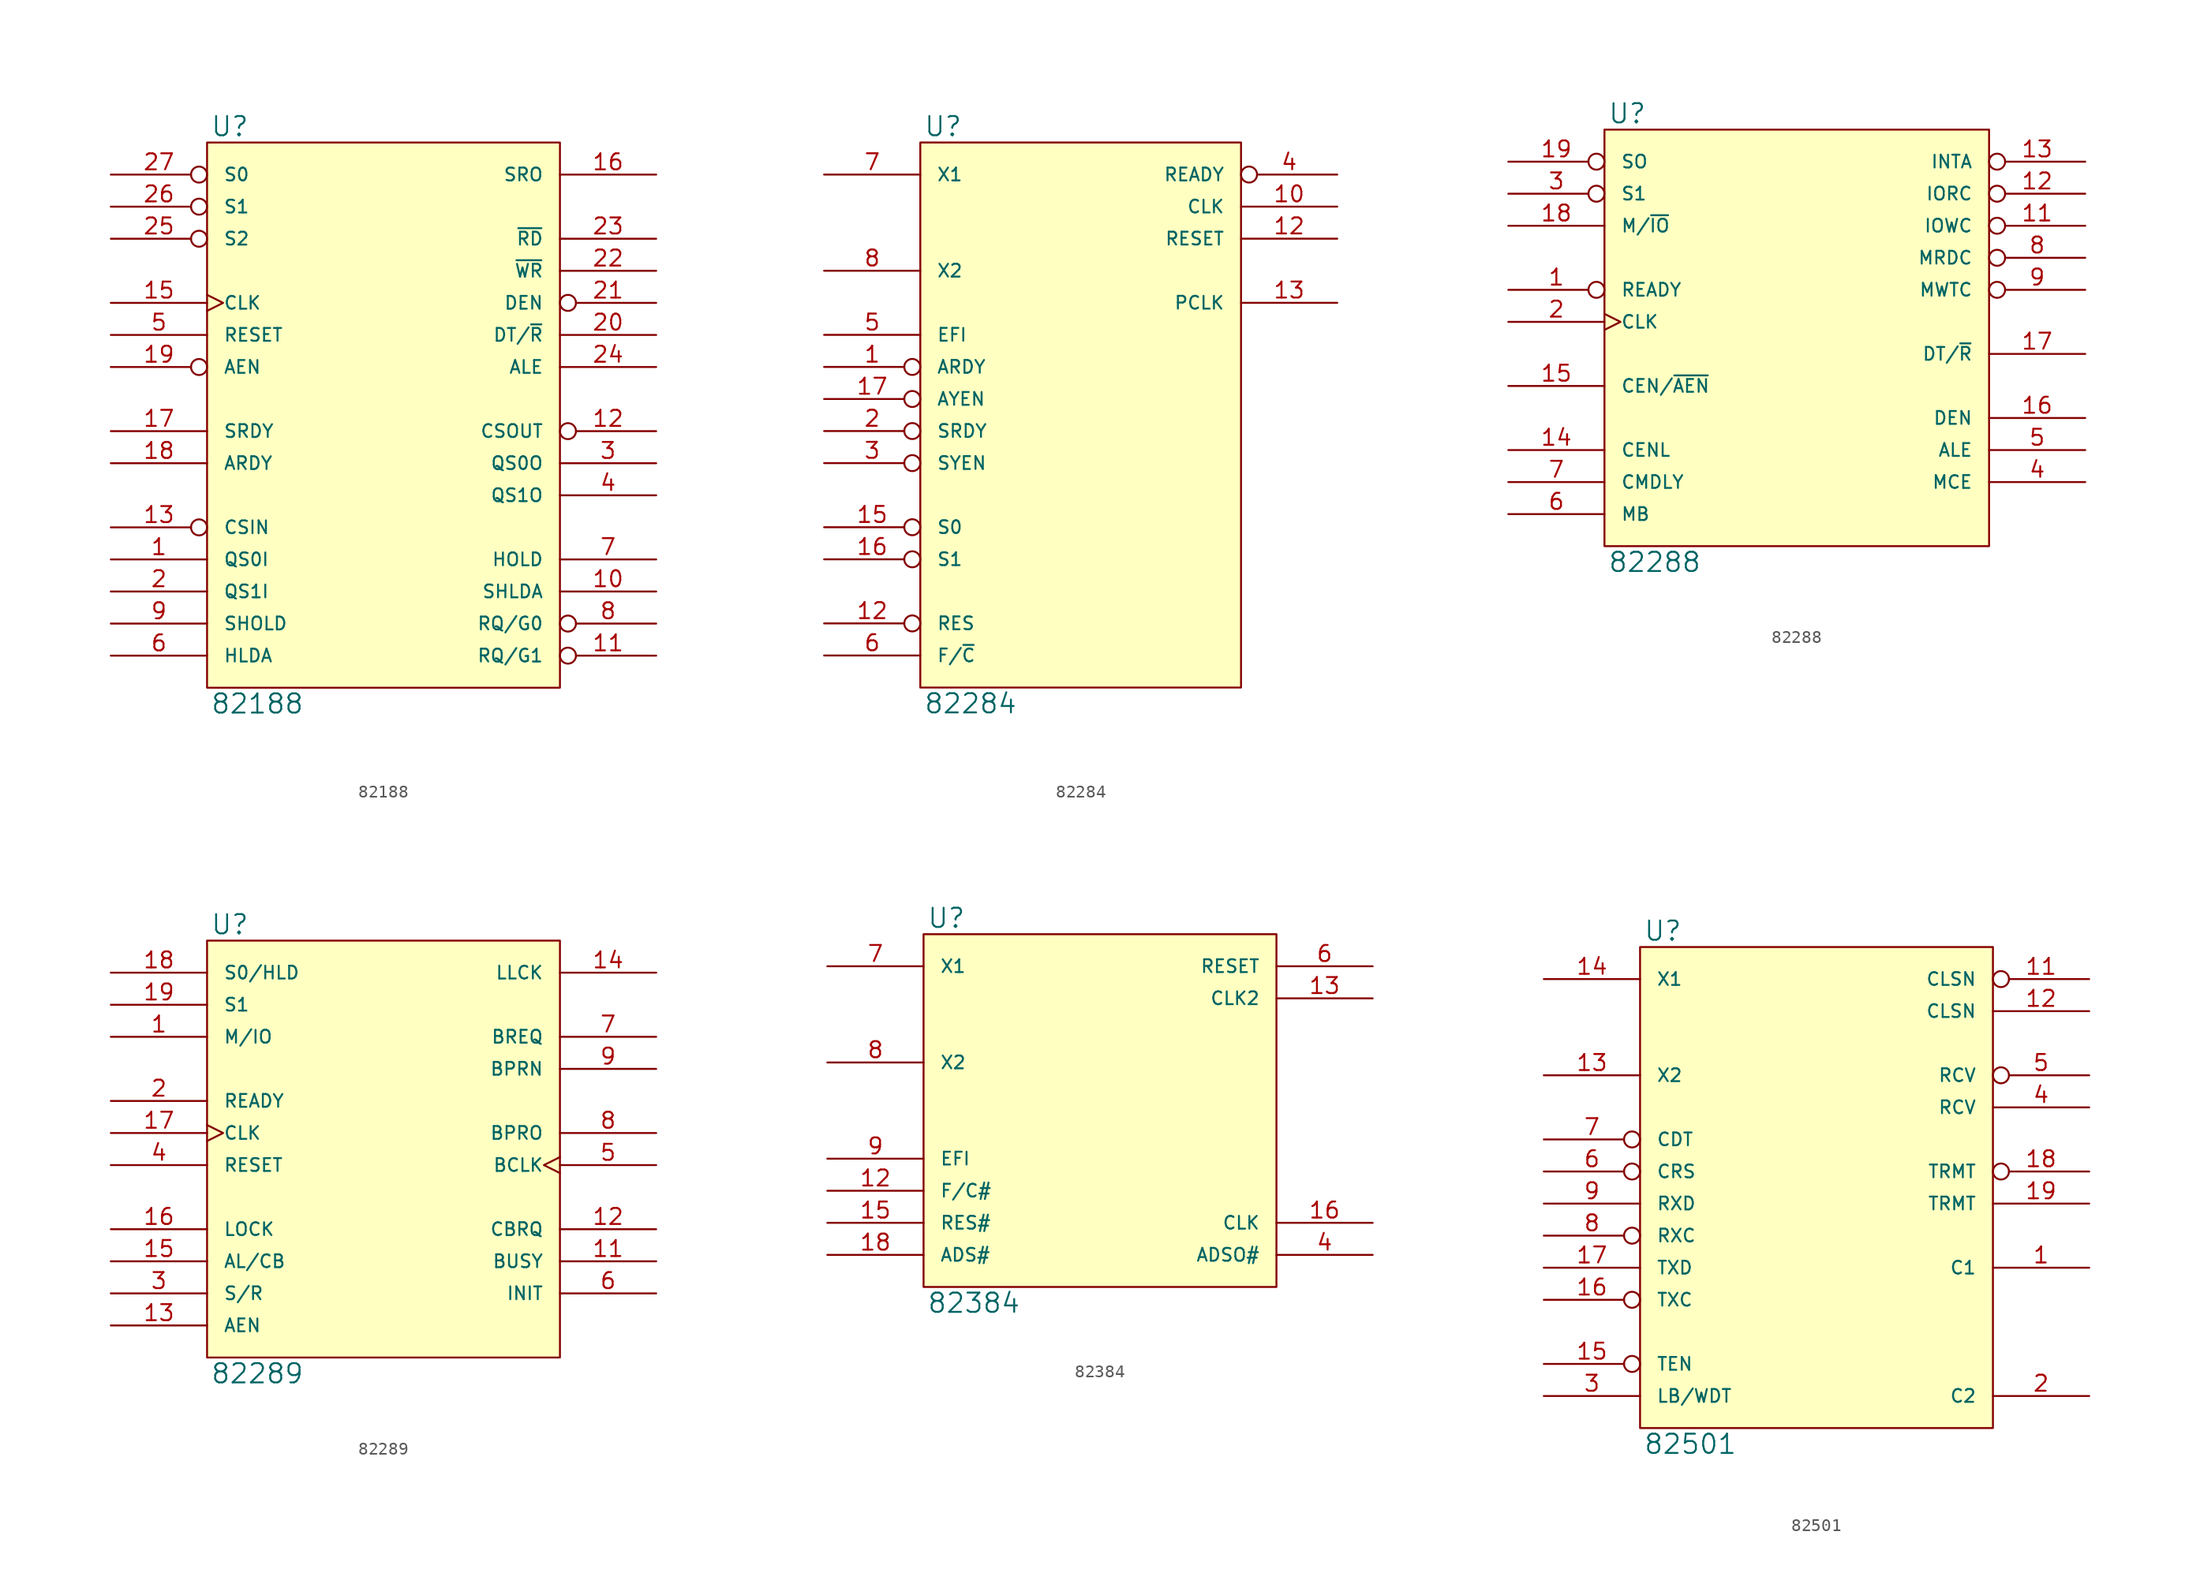
<source format=kicad_sym>
(kicad_symbol_lib
  (version 20231120)
  (generator "kicad_symbol_editor")
  (generator_version "8.0")
  (symbol "82188"
    (pin_names
      (offset 1.27))
    (property "Reference" "U"
      (at 0.254 0.381 0)
      (effects (font (size 1.524 1.524)) (justify left bottom)))
    (property "Value" "82188"
      (at 0.254 -43.561 0)
      (effects (font (size 1.524 1.524)) (justify left top)))
    (symbol "82188_0_1"
      (rectangle (start 0 0) (end 27.94 -43.18) (stroke (width 0) (type solid)) (fill (type background))))
    (symbol "82188_1_1"
      (pin input line (at -7.62 -33.02 0) (length 7.62) (name "QS0I" (effects (font (size 1.016 1.016)))) (number "1" (effects (font (size 1.27 1.27)))))
      (pin output line (at 35.56 -35.56 180) (length 7.62) (name "SHLDA" (effects (font (size 1.016 1.016)))) (number "10" (effects (font (size 1.27 1.27)))))
      (pin bidirectional inverted (at 35.56 -40.64 180) (length 7.62) (name "RQ/G1" (effects (font (size 1.016 1.016)))) (number "11" (effects (font (size 1.27 1.27)))))
      (pin output inverted (at 35.56 -22.86 180) (length 7.62) (name "CSOUT" (effects (font (size 1.016 1.016)))) (number "12" (effects (font (size 1.27 1.27)))))
      (pin input inverted (at -7.62 -30.48 0) (length 7.62) (name "CSIN" (effects (font (size 1.016 1.016)))) (number "13" (effects (font (size 1.27 1.27)))))
      (pin power_in line (at 0 -43.18 90) (length 0) hide (name "VSS" (effects (font (size 1.016 1.016)))) (number "14" (effects (font (size 1.27 1.27)))))
      (pin input clock (at -7.62 -12.7 0) (length 7.62) (name "CLK" (effects (font (size 1.016 1.016)))) (number "15" (effects (font (size 1.27 1.27)))))
      (pin output line (at 35.56 -2.54 180) (length 7.62) (name "SRO" (effects (font (size 1.016 1.016)))) (number "16" (effects (font (size 1.27 1.27)))))
      (pin input line (at -7.62 -22.86 0) (length 7.62) (name "SRDY" (effects (font (size 1.016 1.016)))) (number "17" (effects (font (size 1.27 1.27)))))
      (pin input line (at -7.62 -25.4 0) (length 7.62) (name "ARDY" (effects (font (size 1.016 1.016)))) (number "18" (effects (font (size 1.27 1.27)))))
      (pin input inverted (at -7.62 -17.78 0) (length 7.62) (name "AEN" (effects (font (size 1.016 1.016)))) (number "19" (effects (font (size 1.27 1.27)))))
      (pin input line (at -7.62 -35.56 0) (length 7.62) (name "QS1I" (effects (font (size 1.016 1.016)))) (number "2" (effects (font (size 1.27 1.27)))))
      (pin output line (at 35.56 -15.24 180) (length 7.62) (name "DT/~{R}" (effects (font (size 1.016 1.016)))) (number "20" (effects (font (size 1.27 1.27)))))
      (pin output inverted (at 35.56 -12.7 180) (length 7.62) (name "DEN" (effects (font (size 1.016 1.016)))) (number "21" (effects (font (size 1.27 1.27)))))
      (pin output line (at 35.56 -10.16 180) (length 7.62) (name "~{WR}" (effects (font (size 1.016 1.016)))) (number "22" (effects (font (size 1.27 1.27)))))
      (pin output line (at 35.56 -7.62 180) (length 7.62) (name "~{RD}" (effects (font (size 1.016 1.016)))) (number "23" (effects (font (size 1.27 1.27)))))
      (pin output line (at 35.56 -17.78 180) (length 7.62) (name "ALE" (effects (font (size 1.016 1.016)))) (number "24" (effects (font (size 1.27 1.27)))))
      (pin input inverted (at -7.62 -7.62 0) (length 7.62) (name "S2" (effects (font (size 1.016 1.016)))) (number "25" (effects (font (size 1.27 1.27)))))
      (pin input inverted (at -7.62 -5.08 0) (length 7.62) (name "S1" (effects (font (size 1.016 1.016)))) (number "26" (effects (font (size 1.27 1.27)))))
      (pin input inverted (at -7.62 -2.54 0) (length 7.62) (name "S0" (effects (font (size 1.016 1.016)))) (number "27" (effects (font (size 1.27 1.27)))))
      (pin power_in line (at 0 0 270) (length 0) hide (name "VCC" (effects (font (size 1.016 1.016)))) (number "28" (effects (font (size 1.27 1.27)))))
      (pin output line (at 35.56 -25.4 180) (length 7.62) (name "QS0O" (effects (font (size 1.016 1.016)))) (number "3" (effects (font (size 1.27 1.27)))))
      (pin output line (at 35.56 -27.94 180) (length 7.62) (name "QS1O" (effects (font (size 1.016 1.016)))) (number "4" (effects (font (size 1.27 1.27)))))
      (pin input line (at -7.62 -15.24 0) (length 7.62) (name "RESET" (effects (font (size 1.016 1.016)))) (number "5" (effects (font (size 1.27 1.27)))))
      (pin input line (at -7.62 -40.64 0) (length 7.62) (name "HLDA" (effects (font (size 1.016 1.016)))) (number "6" (effects (font (size 1.27 1.27)))))
      (pin output line (at 35.56 -33.02 180) (length 7.62) (name "HOLD" (effects (font (size 1.016 1.016)))) (number "7" (effects (font (size 1.27 1.27)))))
      (pin bidirectional inverted (at 35.56 -38.1 180) (length 7.62) (name "RQ/G0" (effects (font (size 1.016 1.016)))) (number "8" (effects (font (size 1.27 1.27)))))
      (pin input line (at -7.62 -38.1 0) (length 7.62) (name "SHOLD" (effects (font (size 1.016 1.016)))) (number "9" (effects (font (size 1.27 1.27)))))))
  (symbol "82284"
    (pin_names
      (offset 1.27))
    (property "Reference" "U"
      (at 0.254 0.381 0)
      (effects (font (size 1.524 1.524)) (justify left bottom)))
    (property "Value" "82284"
      (at 0.254 -43.561 0)
      (effects (font (size 1.524 1.524)) (justify left top)))
    (symbol "82284_0_1"
      (rectangle (start 0 0) (end 25.4 -43.18) (stroke (width 0) (type solid)) (fill (type background))))
    (symbol "82284_1_1"
      (pin input inverted (at -7.62 -17.78 0) (length 7.62) (name "ARDY" (effects (font (size 1.016 1.016)))) (number "1" (effects (font (size 1.27 1.27)))))
      (pin output line (at 33.02 -5.08 180) (length 7.62) (name "CLK" (effects (font (size 1.016 1.016)))) (number "10" (effects (font (size 1.27 1.27)))))
      (pin input inverted (at -7.62 -38.1 0) (length 7.62) (name "RES" (effects (font (size 1.016 1.016)))) (number "12" (effects (font (size 1.27 1.27)))))
      (pin output line (at 33.02 -7.62 180) (length 7.62) (name "RESET" (effects (font (size 1.016 1.016)))) (number "12" (effects (font (size 1.27 1.27)))))
      (pin output line (at 33.02 -12.7 180) (length 7.62) (name "PCLK" (effects (font (size 1.016 1.016)))) (number "13" (effects (font (size 1.27 1.27)))))
      (pin input inverted (at -7.62 -30.48 0) (length 7.62) (name "S0" (effects (font (size 1.016 1.016)))) (number "15" (effects (font (size 1.27 1.27)))))
      (pin input inverted (at -7.62 -33.02 0) (length 7.62) (name "S1" (effects (font (size 1.016 1.016)))) (number "16" (effects (font (size 1.27 1.27)))))
      (pin input inverted (at -7.62 -20.32 0) (length 7.62) (name "AYEN" (effects (font (size 1.016 1.016)))) (number "17" (effects (font (size 1.27 1.27)))))
      (pin power_in line (at 0 0 270) (length 0) hide (name "VCC" (effects (font (size 1.016 1.016)))) (number "18" (effects (font (size 1.27 1.27)))))
      (pin input inverted (at -7.62 -22.86 0) (length 7.62) (name "SRDY" (effects (font (size 1.016 1.016)))) (number "2" (effects (font (size 1.27 1.27)))))
      (pin input inverted (at -7.62 -25.4 0) (length 7.62) (name "SYEN" (effects (font (size 1.016 1.016)))) (number "3" (effects (font (size 1.27 1.27)))))
      (pin output inverted (at 33.02 -2.54 180) (length 7.62) (name "READY" (effects (font (size 1.016 1.016)))) (number "4" (effects (font (size 1.27 1.27)))))
      (pin input line (at -7.62 -15.24 0) (length 7.62) (name "EFI" (effects (font (size 1.016 1.016)))) (number "5" (effects (font (size 1.27 1.27)))))
      (pin input line (at -7.62 -40.64 0) (length 7.62) (name "F/~{C}" (effects (font (size 1.016 1.016)))) (number "6" (effects (font (size 1.27 1.27)))))
      (pin input line (at -7.62 -2.54 0) (length 7.62) (name "X1" (effects (font (size 1.016 1.016)))) (number "7" (effects (font (size 1.27 1.27)))))
      (pin input line (at -7.62 -10.16 0) (length 7.62) (name "X2" (effects (font (size 1.016 1.016)))) (number "8" (effects (font (size 1.27 1.27)))))
      (pin power_in line (at 0 -43.18 90) (length 0) hide (name "GND" (effects (font (size 1.016 1.016)))) (number "9" (effects (font (size 1.27 1.27)))))))
  (symbol "82288"
    (pin_names
      (offset 1.27))
    (property "Reference" "U"
      (at 0.254 0.381 0)
      (effects (font (size 1.524 1.524)) (justify left bottom)))
    (property "Value" "82288"
      (at 0.254 -33.401 0)
      (effects (font (size 1.524 1.524)) (justify left top)))
    (symbol "82288_0_1"
      (rectangle (start 0 0) (end 30.48 -33.02) (stroke (width 0) (type solid)) (fill (type background))))
    (symbol "82288_1_1"
      (pin input inverted (at -7.62 -12.7 0) (length 7.62) (name "READY" (effects (font (size 1.016 1.016)))) (number "1" (effects (font (size 1.27 1.27)))))
      (pin power_in line (at 0 -33.02 90) (length 0) hide (name "GND" (effects (font (size 1.016 1.016)))) (number "10" (effects (font (size 1.27 1.27)))))
      (pin output inverted (at 38.1 -7.62 180) (length 7.62) (name "IOWC" (effects (font (size 1.016 1.016)))) (number "11" (effects (font (size 1.27 1.27)))))
      (pin output inverted (at 38.1 -5.08 180) (length 7.62) (name "IORC" (effects (font (size 1.016 1.016)))) (number "12" (effects (font (size 1.27 1.27)))))
      (pin output inverted (at 38.1 -2.54 180) (length 7.62) (name "INTA" (effects (font (size 1.016 1.016)))) (number "13" (effects (font (size 1.27 1.27)))))
      (pin input line (at -7.62 -25.4 0) (length 7.62) (name "CENL" (effects (font (size 1.016 1.016)))) (number "14" (effects (font (size 1.27 1.27)))))
      (pin input line (at -7.62 -20.32 0) (length 7.62) (name "CEN/~{AEN}" (effects (font (size 1.016 1.016)))) (number "15" (effects (font (size 1.27 1.27)))))
      (pin output line (at 38.1 -22.86 180) (length 7.62) (name "DEN" (effects (font (size 1.016 1.016)))) (number "16" (effects (font (size 1.27 1.27)))))
      (pin output line (at 38.1 -17.78 180) (length 7.62) (name "DT/~{R}" (effects (font (size 1.016 1.016)))) (number "17" (effects (font (size 1.27 1.27)))))
      (pin input line (at -7.62 -7.62 0) (length 7.62) (name "M/~{IO}" (effects (font (size 1.016 1.016)))) (number "18" (effects (font (size 1.27 1.27)))))
      (pin input inverted (at -7.62 -2.54 0) (length 7.62) (name "SO" (effects (font (size 1.016 1.016)))) (number "19" (effects (font (size 1.27 1.27)))))
      (pin input clock (at -7.62 -15.24 0) (length 7.62) (name "CLK" (effects (font (size 1.016 1.016)))) (number "2" (effects (font (size 1.27 1.27)))))
      (pin power_in line (at 0 0 270) (length 0) hide (name "VCC" (effects (font (size 1.016 1.016)))) (number "20" (effects (font (size 1.27 1.27)))))
      (pin input inverted (at -7.62 -5.08 0) (length 7.62) (name "S1" (effects (font (size 1.016 1.016)))) (number "3" (effects (font (size 1.27 1.27)))))
      (pin output line (at 38.1 -27.94 180) (length 7.62) (name "MCE" (effects (font (size 1.016 1.016)))) (number "4" (effects (font (size 1.27 1.27)))))
      (pin output line (at 38.1 -25.4 180) (length 7.62) (name "ALE" (effects (font (size 1.016 1.016)))) (number "5" (effects (font (size 1.27 1.27)))))
      (pin input line (at -7.62 -30.48 0) (length 7.62) (name "MB" (effects (font (size 1.016 1.016)))) (number "6" (effects (font (size 1.27 1.27)))))
      (pin input line (at -7.62 -27.94 0) (length 7.62) (name "CMDLY" (effects (font (size 1.016 1.016)))) (number "7" (effects (font (size 1.27 1.27)))))
      (pin output inverted (at 38.1 -10.16 180) (length 7.62) (name "MRDC" (effects (font (size 1.016 1.016)))) (number "8" (effects (font (size 1.27 1.27)))))
      (pin output inverted (at 38.1 -12.7 180) (length 7.62) (name "MWTC" (effects (font (size 1.016 1.016)))) (number "9" (effects (font (size 1.27 1.27)))))))
  (symbol "82289"
    (pin_names
      (offset 1.27))
    (property "Reference" "U"
      (at 0.254 0.381 0)
      (effects (font (size 1.524 1.524)) (justify left bottom)))
    (property "Value" "82289"
      (at 0.254 -33.401 0)
      (effects (font (size 1.524 1.524)) (justify left top)))
    (symbol "82289_0_1"
      (rectangle (start 0 0) (end 27.94 -33.02) (stroke (width 0) (type solid)) (fill (type background))))
    (symbol "82289_1_1"
      (pin input line (at -7.62 -7.62 0) (length 7.62) (name "M/IO" (effects (font (size 1.016 1.016)))) (number "1" (effects (font (size 1.27 1.27)))))
      (pin power_in line (at 0 -33.02 90) (length 0) hide (name "GND" (effects (font (size 1.016 1.016)))) (number "10" (effects (font (size 1.27 1.27)))))
      (pin bidirectional line (at 35.56 -25.4 180) (length 7.62) (name "BUSY" (effects (font (size 1.016 1.016)))) (number "11" (effects (font (size 1.27 1.27)))))
      (pin bidirectional line (at 35.56 -22.86 180) (length 7.62) (name "CBRQ" (effects (font (size 1.016 1.016)))) (number "12" (effects (font (size 1.27 1.27)))))
      (pin input line (at -7.62 -30.48 0) (length 7.62) (name "AEN" (effects (font (size 1.016 1.016)))) (number "13" (effects (font (size 1.27 1.27)))))
      (pin output line (at 35.56 -2.54 180) (length 7.62) (name "LLCK" (effects (font (size 1.016 1.016)))) (number "14" (effects (font (size 1.27 1.27)))))
      (pin input line (at -7.62 -25.4 0) (length 7.62) (name "AL/CB" (effects (font (size 1.016 1.016)))) (number "15" (effects (font (size 1.27 1.27)))))
      (pin input line (at -7.62 -22.86 0) (length 7.62) (name "LOCK" (effects (font (size 1.016 1.016)))) (number "16" (effects (font (size 1.27 1.27)))))
      (pin input clock (at -7.62 -15.24 0) (length 7.62) (name "CLK" (effects (font (size 1.016 1.016)))) (number "17" (effects (font (size 1.27 1.27)))))
      (pin input line (at -7.62 -2.54 0) (length 7.62) (name "S0/HLD" (effects (font (size 1.016 1.016)))) (number "18" (effects (font (size 1.27 1.27)))))
      (pin input line (at -7.62 -5.08 0) (length 7.62) (name "S1" (effects (font (size 1.016 1.016)))) (number "19" (effects (font (size 1.27 1.27)))))
      (pin input line (at -7.62 -12.7 0) (length 7.62) (name "READY" (effects (font (size 1.016 1.016)))) (number "2" (effects (font (size 1.27 1.27)))))
      (pin power_in line (at 0 0 270) (length 0) hide (name "VCC" (effects (font (size 1.016 1.016)))) (number "20" (effects (font (size 1.27 1.27)))))
      (pin input line (at -7.62 -27.94 0) (length 7.62) (name "S/R" (effects (font (size 1.016 1.016)))) (number "3" (effects (font (size 1.27 1.27)))))
      (pin input line (at -7.62 -17.78 0) (length 7.62) (name "RESET" (effects (font (size 1.016 1.016)))) (number "4" (effects (font (size 1.27 1.27)))))
      (pin input clock (at 35.56 -17.78 180) (length 7.62) (name "BCLK" (effects (font (size 1.016 1.016)))) (number "5" (effects (font (size 1.27 1.27)))))
      (pin input line (at 35.56 -27.94 180) (length 7.62) (name "INIT" (effects (font (size 1.016 1.016)))) (number "6" (effects (font (size 1.27 1.27)))))
      (pin output line (at 35.56 -7.62 180) (length 7.62) (name "BREQ" (effects (font (size 1.016 1.016)))) (number "7" (effects (font (size 1.27 1.27)))))
      (pin output line (at 35.56 -15.24 180) (length 7.62) (name "BPRO" (effects (font (size 1.016 1.016)))) (number "8" (effects (font (size 1.27 1.27)))))
      (pin input line (at 35.56 -10.16 180) (length 7.62) (name "BPRN" (effects (font (size 1.016 1.016)))) (number "9" (effects (font (size 1.27 1.27)))))))
  (symbol "82384"
    (pin_names
      (offset 1.27))
    (property "Reference" "U"
      (at 0.254 0.381 0)
      (effects (font (size 1.524 1.524)) (justify left bottom)))
    (property "Value" "82384"
      (at 0.254 -28.321 0)
      (effects (font (size 1.524 1.524)) (justify left top)))
    (symbol "82384_0_1"
      (rectangle (start 0 0) (end 27.94 -27.94) (stroke (width 0) (type solid)) (fill (type background))))
    (symbol "82384_1_1"
      (pin power_in line (at 0 0 270) (length 0) hide (name "VCC" (effects (font (size 1.016 1.016)))) (number "1" (effects (font (size 1.27 1.27)))))
      (pin power_in line (at 5.08 -27.94 90) (length 0) hide (name "VSS" (effects (font (size 1.016 1.016)))) (number "10" (effects (font (size 1.27 1.27)))))
      (pin power_in line (at 10.16 -27.94 90) (length 0) hide (name "VSS" (effects (font (size 1.016 1.016)))) (number "11" (effects (font (size 1.27 1.27)))))
      (pin input line (at -7.62 -20.32 0) (length 7.62) (name "F/C#" (effects (font (size 1.016 1.016)))) (number "12" (effects (font (size 1.27 1.27)))))
      (pin output line (at 35.56 -5.08 180) (length 7.62) (name "CLK2" (effects (font (size 1.016 1.016)))) (number "13" (effects (font (size 1.27 1.27)))))
      (pin power_in line (at 10.16 0 270) (length 0) hide (name "VCC" (effects (font (size 1.016 1.016)))) (number "14" (effects (font (size 1.27 1.27)))))
      (pin input line (at -7.62 -22.86 0) (length 7.62) (name "RES#" (effects (font (size 1.016 1.016)))) (number "15" (effects (font (size 1.27 1.27)))))
      (pin output line (at 35.56 -22.86 180) (length 7.62) (name "CLK" (effects (font (size 1.016 1.016)))) (number "16" (effects (font (size 1.27 1.27)))))
      (pin power_in line (at 15.24 -27.94 90) (length 0) hide (name "VSS" (effects (font (size 1.016 1.016)))) (number "17" (effects (font (size 1.27 1.27)))))
      (pin input line (at -7.62 -25.4 0) (length 7.62) (name "ADS#" (effects (font (size 1.016 1.016)))) (number "18" (effects (font (size 1.27 1.27)))))
      (pin power_in line (at 0 -27.94 90) (length 0) hide (name "VSS" (effects (font (size 1.016 1.016)))) (number "2" (effects (font (size 1.27 1.27)))))
      (pin output line (at 35.56 -25.4 180) (length 7.62) (name "ADSO#" (effects (font (size 1.016 1.016)))) (number "4" (effects (font (size 1.27 1.27)))))
      (pin power_in line (at 5.08 0 270) (length 0) hide (name "VCC" (effects (font (size 1.016 1.016)))) (number "5" (effects (font (size 1.27 1.27)))))
      (pin output line (at 35.56 -2.54 180) (length 7.62) (name "RESET" (effects (font (size 1.016 1.016)))) (number "6" (effects (font (size 1.27 1.27)))))
      (pin input line (at -7.62 -2.54 0) (length 7.62) (name "X1" (effects (font (size 1.016 1.016)))) (number "7" (effects (font (size 1.27 1.27)))))
      (pin input line (at -7.62 -10.16 0) (length 7.62) (name "X2" (effects (font (size 1.016 1.016)))) (number "8" (effects (font (size 1.27 1.27)))))
      (pin input line (at -7.62 -17.78 0) (length 7.62) (name "EFI" (effects (font (size 1.016 1.016)))) (number "9" (effects (font (size 1.27 1.27)))))))
  (symbol "82501"
    (pin_names
      (offset 1.27))
    (property "Reference" "U"
      (at 0.254 0.381 0)
      (effects (font (size 1.524 1.524)) (justify left bottom)))
    (property "Value" "82501"
      (at 0.254 -38.481 0)
      (effects (font (size 1.524 1.524)) (justify left top)))
    (symbol "82501_0_1"
      (rectangle (start 0 0) (end 27.94 -38.1) (stroke (width 0) (type solid)) (fill (type background))))
    (symbol "82501_1_1"
      (pin input line (at 35.56 -25.4 180) (length 7.62) (name "C1" (effects (font (size 1.016 1.016)))) (number "1" (effects (font (size 1.27 1.27)))))
      (pin power_in line (at 0 -38.1 90) (length 0) hide (name "GND" (effects (font (size 1.016 1.016)))) (number "10" (effects (font (size 1.27 1.27)))))
      (pin input inverted (at 35.56 -2.54 180) (length 7.62) (name "CLSN" (effects (font (size 1.016 1.016)))) (number "11" (effects (font (size 1.27 1.27)))))
      (pin input line (at 35.56 -5.08 180) (length 7.62) (name "CLSN" (effects (font (size 1.016 1.016)))) (number "12" (effects (font (size 1.27 1.27)))))
      (pin input line (at -7.62 -10.16 0) (length 7.62) (name "X2" (effects (font (size 1.016 1.016)))) (number "13" (effects (font (size 1.27 1.27)))))
      (pin input line (at -7.62 -2.54 0) (length 7.62) (name "X1" (effects (font (size 1.016 1.016)))) (number "14" (effects (font (size 1.27 1.27)))))
      (pin input inverted (at -7.62 -33.02 0) (length 7.62) (name "TEN" (effects (font (size 1.016 1.016)))) (number "15" (effects (font (size 1.27 1.27)))))
      (pin output inverted (at -7.62 -27.94 0) (length 7.62) (name "TXC" (effects (font (size 1.016 1.016)))) (number "16" (effects (font (size 1.27 1.27)))))
      (pin input line (at -7.62 -25.4 0) (length 7.62) (name "TXD" (effects (font (size 1.016 1.016)))) (number "17" (effects (font (size 1.27 1.27)))))
      (pin output inverted (at 35.56 -17.78 180) (length 7.62) (name "TRMT" (effects (font (size 1.016 1.016)))) (number "18" (effects (font (size 1.27 1.27)))))
      (pin output line (at 35.56 -20.32 180) (length 7.62) (name "TRMT" (effects (font (size 1.016 1.016)))) (number "19" (effects (font (size 1.27 1.27)))))
      (pin input line (at 35.56 -35.56 180) (length 7.62) (name "C2" (effects (font (size 1.016 1.016)))) (number "2" (effects (font (size 1.27 1.27)))))
      (pin power_in line (at 0 0 270) (length 0) hide (name "VCC" (effects (font (size 1.016 1.016)))) (number "20" (effects (font (size 1.27 1.27)))))
      (pin input line (at -7.62 -35.56 0) (length 7.62) (name "LB/WDT" (effects (font (size 1.016 1.016)))) (number "3" (effects (font (size 1.27 1.27)))))
      (pin input line (at 35.56 -12.7 180) (length 7.62) (name "RCV" (effects (font (size 1.016 1.016)))) (number "4" (effects (font (size 1.27 1.27)))))
      (pin input inverted (at 35.56 -10.16 180) (length 7.62) (name "RCV" (effects (font (size 1.016 1.016)))) (number "5" (effects (font (size 1.27 1.27)))))
      (pin output inverted (at -7.62 -17.78 0) (length 7.62) (name "CRS" (effects (font (size 1.016 1.016)))) (number "6" (effects (font (size 1.27 1.27)))))
      (pin output inverted (at -7.62 -15.24 0) (length 7.62) (name "CDT" (effects (font (size 1.016 1.016)))) (number "7" (effects (font (size 1.27 1.27)))))
      (pin output inverted (at -7.62 -22.86 0) (length 7.62) (name "RXC" (effects (font (size 1.016 1.016)))) (number "8" (effects (font (size 1.27 1.27)))))
      (pin output line (at -7.62 -20.32 0) (length 7.62) (name "RXD" (effects (font (size 1.016 1.016)))) (number "9" (effects (font (size 1.27 1.27))))))))
</source>
